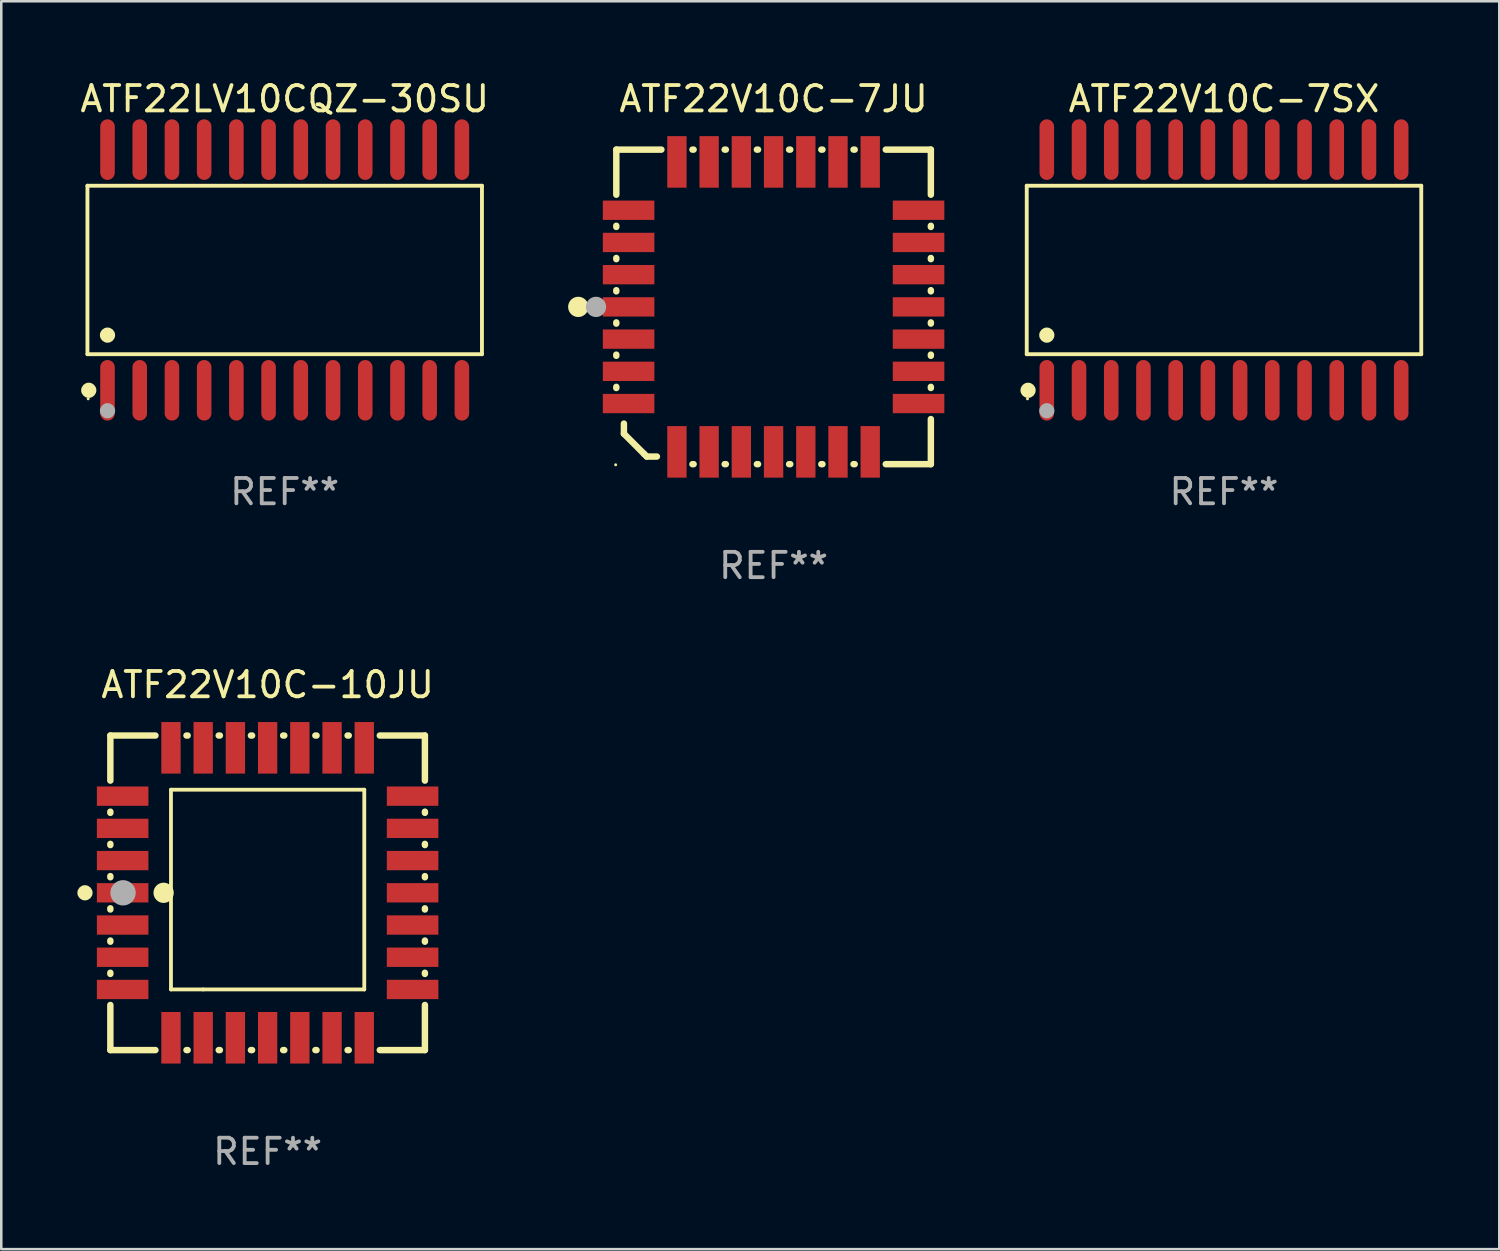
<source format=kicad_pcb>
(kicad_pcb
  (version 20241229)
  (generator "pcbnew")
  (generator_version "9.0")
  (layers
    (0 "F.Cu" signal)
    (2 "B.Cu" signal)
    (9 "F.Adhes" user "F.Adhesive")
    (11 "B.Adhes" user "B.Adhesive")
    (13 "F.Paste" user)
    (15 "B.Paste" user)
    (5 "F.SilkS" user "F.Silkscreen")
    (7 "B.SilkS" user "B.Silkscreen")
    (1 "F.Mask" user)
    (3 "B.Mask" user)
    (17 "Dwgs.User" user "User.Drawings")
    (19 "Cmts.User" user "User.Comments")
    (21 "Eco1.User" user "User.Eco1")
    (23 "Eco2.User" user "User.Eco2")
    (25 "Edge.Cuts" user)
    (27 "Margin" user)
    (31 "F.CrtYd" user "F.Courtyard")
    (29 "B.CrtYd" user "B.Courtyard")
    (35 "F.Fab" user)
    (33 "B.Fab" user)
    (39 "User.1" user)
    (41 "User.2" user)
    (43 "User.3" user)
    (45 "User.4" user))
  (footprint "ATF22LV10CQZ-30SU"
    (layer "F.Cu")
    (at 8.173 7.592)
    (property "Reference" "ATF22LV10CQZ-30SU" (at 0 -6.744 0) (layer "F.SilkS") (effects (font (size 1 1) (thickness 0.15))))
    (attr through_hole)
    (fp_line (start -7.776 -3.321) (end 7.776 -3.321) (stroke (width 0.152) (type solid)) (layer "F.SilkS"))
    (fp_line (start -7.776 3.321) (end -7.776 -3.321) (stroke (width 0.152) (type solid)) (layer "F.SilkS"))
    (fp_line (start 7.776 -3.321) (end 7.776 3.321) (stroke (width 0.152) (type solid)) (layer "F.SilkS"))
    (fp_line (start 7.776 3.321) (end -7.776 3.321) (stroke (width 0.152) (type solid)) (layer "F.SilkS"))
    (fp_circle (center -7.747 5.08) (end -7.717 5.08) (stroke (width 0.06) (type solid)) (fill no) (layer "F.SilkS"))
    (fp_circle (center -7.724 4.744) (end -7.574 4.744) (stroke (width 0.3) (type solid)) (fill no) (layer "F.SilkS"))
    (fp_circle (center -6.985 2.569) (end -6.835 2.569) (stroke (width 0.3) (type solid)) (fill no) (layer "F.SilkS"))
    (fp_circle (center -6.985 5.55) (end -6.835 5.55) (stroke (width 0.3) (type solid)) (fill no) (layer "F.Fab"))
    (fp_text user "REF**" (at 0 8.744 0) (layer "F.Fab") (effects (font (size 1 1) (thickness 0.15))))
    (pad "1" smd oval (at -6.985 4.744) (size 0.574 2.388) (layers "F.Cu" "F.Mask" "F.Paste"))
    (pad "2" smd oval (at -5.715 4.744) (size 0.574 2.388) (layers "F.Cu" "F.Mask" "F.Paste"))
    (pad "3" smd oval (at -4.445 4.744) (size 0.574 2.388) (layers "F.Cu" "F.Mask" "F.Paste"))
    (pad "4" smd oval (at -3.175 4.744) (size 0.574 2.388) (layers "F.Cu" "F.Mask" "F.Paste"))
    (pad "5" smd oval (at -1.905 4.744) (size 0.574 2.388) (layers "F.Cu" "F.Mask" "F.Paste"))
    (pad "6" smd oval (at -0.635 4.744) (size 0.574 2.388) (layers "F.Cu" "F.Mask" "F.Paste"))
    (pad "7" smd oval (at 0.635 4.744) (size 0.574 2.388) (layers "F.Cu" "F.Mask" "F.Paste"))
    (pad "8" smd oval (at 1.905 4.744) (size 0.574 2.388) (layers "F.Cu" "F.Mask" "F.Paste"))
    (pad "9" smd oval (at 3.175 4.744) (size 0.574 2.388) (layers "F.Cu" "F.Mask" "F.Paste"))
    (pad "10" smd oval (at 4.445 4.744) (size 0.574 2.388) (layers "F.Cu" "F.Mask" "F.Paste"))
    (pad "11" smd oval (at 5.715 4.744) (size 0.574 2.388) (layers "F.Cu" "F.Mask" "F.Paste"))
    (pad "12" smd oval (at 6.985 4.744) (size 0.574 2.388) (layers "F.Cu" "F.Mask" "F.Paste"))
    (pad "13" smd oval (at 6.985 -4.744) (size 0.574 2.388) (layers "F.Cu" "F.Mask" "F.Paste"))
    (pad "14" smd oval (at 5.715 -4.744) (size 0.574 2.388) (layers "F.Cu" "F.Mask" "F.Paste"))
    (pad "15" smd oval (at 4.445 -4.744) (size 0.574 2.388) (layers "F.Cu" "F.Mask" "F.Paste"))
    (pad "16" smd oval (at 3.175 -4.744) (size 0.574 2.388) (layers "F.Cu" "F.Mask" "F.Paste"))
    (pad "17" smd oval (at 1.905 -4.744) (size 0.574 2.388) (layers "F.Cu" "F.Mask" "F.Paste"))
    (pad "18" smd oval (at 0.635 -4.744) (size 0.574 2.388) (layers "F.Cu" "F.Mask" "F.Paste"))
    (pad "19" smd oval (at -0.635 -4.744) (size 0.574 2.388) (layers "F.Cu" "F.Mask" "F.Paste"))
    (pad "20" smd oval (at -1.905 -4.744) (size 0.574 2.388) (layers "F.Cu" "F.Mask" "F.Paste"))
    (pad "21" smd oval (at -3.175 -4.744) (size 0.574 2.388) (layers "F.Cu" "F.Mask" "F.Paste"))
    (pad "22" smd oval (at -4.445 -4.744) (size 0.574 2.388) (layers "F.Cu" "F.Mask" "F.Paste"))
    (pad "23" smd oval (at -5.715 -4.744) (size 0.574 2.388) (layers "F.Cu" "F.Mask" "F.Paste"))
    (pad "24" smd oval (at -6.985 -4.744) (size 0.574 2.388) (layers "F.Cu" "F.Mask" "F.Paste")))
  (footprint "ATF22V10C-10JU"
    (layer "F.Cu")
    (at 7.5 32.145)
    (property "Reference" "ATF22V10C-10JU" (at 0 -8.2 0) (layer "F.SilkS") (effects (font (size 1 1) (thickness 0.15))))
    (attr through_hole)
    (fp_line (start -6.2 -6.2) (end -4.422 -6.2) (stroke (width 0.254) (type solid)) (layer "F.SilkS"))
    (fp_line (start -6.2 -4.422) (end -6.2 -6.2) (stroke (width 0.254) (type solid)) (layer "F.SilkS"))
    (fp_line (start -6.2 -3.152) (end -6.2 -3.198) (stroke (width 0.254) (type solid)) (layer "F.SilkS"))
    (fp_line (start -6.2 -1.882) (end -6.2 -1.928) (stroke (width 0.254) (type solid)) (layer "F.SilkS"))
    (fp_line (start -6.2 -0.612) (end -6.2 -0.658) (stroke (width 0.254) (type solid)) (layer "F.SilkS"))
    (fp_line (start -6.2 0.658) (end -6.2 0.612) (stroke (width 0.254) (type solid)) (layer "F.SilkS"))
    (fp_line (start -6.2 1.928) (end -6.2 1.882) (stroke (width 0.254) (type solid)) (layer "F.SilkS"))
    (fp_line (start -6.2 3.198) (end -6.2 3.152) (stroke (width 0.254) (type solid)) (layer "F.SilkS"))
    (fp_line (start -6.2 6.2) (end -6.2 4.422) (stroke (width 0.254) (type solid)) (layer "F.SilkS"))
    (fp_line (start -4.422 6.2) (end -6.2 6.2) (stroke (width 0.254) (type solid)) (layer "F.SilkS"))
    (fp_line (start -3.81 -4.064) (end 3.81 -4.064) (stroke (width 0.15) (type solid)) (layer "F.SilkS"))
    (fp_line (start -3.81 3.81) (end -3.81 -4.064) (stroke (width 0.15) (type solid)) (layer "F.SilkS"))
    (fp_line (start -3.198 -6.2) (end -3.152 -6.2) (stroke (width 0.254) (type solid)) (layer "F.SilkS"))
    (fp_line (start -3.152 6.2) (end -3.198 6.2) (stroke (width 0.254) (type solid)) (layer "F.SilkS"))
    (fp_line (start -2.54 3.81) (end -3.81 3.81) (stroke (width 0.15) (type solid)) (layer "F.SilkS"))
    (fp_line (start -1.928 -6.2) (end -1.882 -6.2) (stroke (width 0.254) (type solid)) (layer "F.SilkS"))
    (fp_line (start -1.882 6.2) (end -1.928 6.2) (stroke (width 0.254) (type solid)) (layer "F.SilkS"))
    (fp_line (start -0.658 -6.2) (end -0.612 -6.2) (stroke (width 0.254) (type solid)) (layer "F.SilkS"))
    (fp_line (start -0.612 6.2) (end -0.658 6.2) (stroke (width 0.254) (type solid)) (layer "F.SilkS"))
    (fp_line (start 0.612 -6.2) (end 0.658 -6.2) (stroke (width 0.254) (type solid)) (layer "F.SilkS"))
    (fp_line (start 0.658 6.2) (end 0.612 6.2) (stroke (width 0.254) (type solid)) (layer "F.SilkS"))
    (fp_line (start 1.882 -6.2) (end 1.928 -6.2) (stroke (width 0.254) (type solid)) (layer "F.SilkS"))
    (fp_line (start 1.928 6.2) (end 1.882 6.2) (stroke (width 0.254) (type solid)) (layer "F.SilkS"))
    (fp_line (start 3.152 -6.2) (end 3.198 -6.2) (stroke (width 0.254) (type solid)) (layer "F.SilkS"))
    (fp_line (start 3.198 6.2) (end 3.152 6.2) (stroke (width 0.254) (type solid)) (layer "F.SilkS"))
    (fp_line (start 3.81 -4.064) (end 3.81 3.81) (stroke (width 0.15) (type solid)) (layer "F.SilkS"))
    (fp_line (start 3.81 3.81) (end -2.54 3.81) (stroke (width 0.15) (type solid)) (layer "F.SilkS"))
    (fp_line (start 4.422 -6.2) (end 6.2 -6.2) (stroke (width 0.254) (type solid)) (layer "F.SilkS"))
    (fp_line (start 6.2 -6.2) (end 6.2 -4.422) (stroke (width 0.254) (type solid)) (layer "F.SilkS"))
    (fp_line (start 6.2 -3.198) (end 6.2 -3.152) (stroke (width 0.254) (type solid)) (layer "F.SilkS"))
    (fp_line (start 6.2 -1.928) (end 6.2 -1.882) (stroke (width 0.254) (type solid)) (layer "F.SilkS"))
    (fp_line (start 6.2 -0.658) (end 6.2 -0.612) (stroke (width 0.254) (type solid)) (layer "F.SilkS"))
    (fp_line (start 6.2 0.612) (end 6.2 0.658) (stroke (width 0.254) (type solid)) (layer "F.SilkS"))
    (fp_line (start 6.2 1.882) (end 6.2 1.928) (stroke (width 0.254) (type solid)) (layer "F.SilkS"))
    (fp_line (start 6.2 3.152) (end 6.2 3.198) (stroke (width 0.254) (type solid)) (layer "F.SilkS"))
    (fp_line (start 6.2 4.422) (end 6.2 6.2) (stroke (width 0.254) (type solid)) (layer "F.SilkS"))
    (fp_line (start 6.2 6.2) (end 4.422 6.2) (stroke (width 0.254) (type solid)) (layer "F.SilkS"))
    (fp_circle (center -7.2 0) (end -7.05 0) (stroke (width 0.3) (type solid)) (fill no) (layer "F.SilkS"))
    (fp_circle (center -6.223 6.223) (end -6.193 6.223) (stroke (width 0.06) (type solid)) (fill no) (layer "F.SilkS"))
    (fp_circle (center -4.1 0) (end -3.9 0) (stroke (width 0.4) (type solid)) (fill no) (layer "F.SilkS"))
    (fp_circle (center -5.7 0) (end -5.45 0) (stroke (width 0.5) (type solid)) (fill no) (layer "F.Fab"))
    (fp_text user "REF**" (at 0 10.2 0) (layer "F.Fab") (effects (font (size 1 1) (thickness 0.15))))
    (pad "1" smd rect (at -5.715 0) (size 2.032 0.762) (layers "F.Cu" "F.Mask" "F.Paste"))
    (pad "2" smd rect (at -5.715 1.27) (size 2.032 0.762) (layers "F.Cu" "F.Mask" "F.Paste"))
    (pad "3" smd rect (at -5.715 2.54) (size 2.032 0.762) (layers "F.Cu" "F.Mask" "F.Paste"))
    (pad "4" smd rect (at -5.715 3.81) (size 2.032 0.762) (layers "F.Cu" "F.Mask" "F.Paste"))
    (pad "5" smd rect (at -3.81 5.715) (size 0.762 2.032) (layers "F.Cu" "F.Mask" "F.Paste"))
    (pad "6" smd rect (at -2.54 5.715) (size 0.762 2.032) (layers "F.Cu" "F.Mask" "F.Paste"))
    (pad "7" smd rect (at -1.27 5.715) (size 0.762 2.032) (layers "F.Cu" "F.Mask" "F.Paste"))
    (pad "8" smd rect (at 0 5.715) (size 0.762 2.032) (layers "F.Cu" "F.Mask" "F.Paste"))
    (pad "9" smd rect (at 1.27 5.715) (size 0.762 2.032) (layers "F.Cu" "F.Mask" "F.Paste"))
    (pad "10" smd rect (at 2.54 5.715) (size 0.762 2.032) (layers "F.Cu" "F.Mask" "F.Paste"))
    (pad "11" smd rect (at 3.81 5.715) (size 0.762 2.032) (layers "F.Cu" "F.Mask" "F.Paste"))
    (pad "12" smd rect (at 5.715 3.81) (size 2.032 0.762) (layers "F.Cu" "F.Mask" "F.Paste"))
    (pad "13" smd rect (at 5.715 2.54) (size 2.032 0.762) (layers "F.Cu" "F.Mask" "F.Paste"))
    (pad "14" smd rect (at 5.715 1.27) (size 2.032 0.762) (layers "F.Cu" "F.Mask" "F.Paste"))
    (pad "15" smd rect (at 5.715 0) (size 2.032 0.762) (layers "F.Cu" "F.Mask" "F.Paste"))
    (pad "16" smd rect (at 5.715 -1.27) (size 2.032 0.762) (layers "F.Cu" "F.Mask" "F.Paste"))
    (pad "17" smd rect (at 5.715 -2.54) (size 2.032 0.762) (layers "F.Cu" "F.Mask" "F.Paste"))
    (pad "18" smd rect (at 5.715 -3.81) (size 2.032 0.762) (layers "F.Cu" "F.Mask" "F.Paste"))
    (pad "19" smd rect (at 3.81 -5.715) (size 0.762 2.032) (layers "F.Cu" "F.Mask" "F.Paste"))
    (pad "20" smd rect (at 2.54 -5.715) (size 0.762 2.032) (layers "F.Cu" "F.Mask" "F.Paste"))
    (pad "21" smd rect (at 1.27 -5.715) (size 0.762 2.032) (layers "F.Cu" "F.Mask" "F.Paste"))
    (pad "22" smd rect (at 0 -5.715) (size 0.762 2.032) (layers "F.Cu" "F.Mask" "F.Paste"))
    (pad "23" smd rect (at -1.27 -5.715) (size 0.762 2.032) (layers "F.Cu" "F.Mask" "F.Paste"))
    (pad "24" smd rect (at -2.54 -5.715) (size 0.762 2.032) (layers "F.Cu" "F.Mask" "F.Paste"))
    (pad "25" smd rect (at -3.81 -5.715) (size 0.762 2.032) (layers "F.Cu" "F.Mask" "F.Paste"))
    (pad "26" smd rect (at -5.715 -3.81) (size 2.032 0.762) (layers "F.Cu" "F.Mask" "F.Paste"))
    (pad "27" smd rect (at -5.715 -2.54) (size 2.032 0.762) (layers "F.Cu" "F.Mask" "F.Paste"))
    (pad "28" smd rect (at -5.715 -1.27) (size 2.032 0.762) (layers "F.Cu" "F.Mask" "F.Paste")))
  (footprint "ATF22V10C-7SX"
    (layer "F.Cu")
    (at 45.201 7.592)
    (property "Reference" "ATF22V10C-7SX" (at 0 -6.744 0) (layer "F.SilkS") (effects (font (size 1 1) (thickness 0.15))))
    (attr through_hole)
    (fp_line (start -7.776 -3.321) (end 7.776 -3.321) (stroke (width 0.152) (type solid)) (layer "F.SilkS"))
    (fp_line (start -7.776 3.321) (end -7.776 -3.321) (stroke (width 0.152) (type solid)) (layer "F.SilkS"))
    (fp_line (start 7.776 -3.321) (end 7.776 3.321) (stroke (width 0.152) (type solid)) (layer "F.SilkS"))
    (fp_line (start 7.776 3.321) (end -7.776 3.321) (stroke (width 0.152) (type solid)) (layer "F.SilkS"))
    (fp_circle (center -7.747 5.08) (end -7.717 5.08) (stroke (width 0.06) (type solid)) (fill no) (layer "F.SilkS"))
    (fp_circle (center -7.724 4.744) (end -7.574 4.744) (stroke (width 0.3) (type solid)) (fill no) (layer "F.SilkS"))
    (fp_circle (center -6.985 2.569) (end -6.835 2.569) (stroke (width 0.3) (type solid)) (fill no) (layer "F.SilkS"))
    (fp_circle (center -6.985 5.55) (end -6.835 5.55) (stroke (width 0.3) (type solid)) (fill no) (layer "F.Fab"))
    (fp_text user "REF**" (at 0 8.744 0) (layer "F.Fab") (effects (font (size 1 1) (thickness 0.15))))
    (pad "1" smd oval (at -6.985 4.744) (size 0.574 2.388) (layers "F.Cu" "F.Mask" "F.Paste"))
    (pad "2" smd oval (at -5.715 4.744) (size 0.574 2.388) (layers "F.Cu" "F.Mask" "F.Paste"))
    (pad "3" smd oval (at -4.445 4.744) (size 0.574 2.388) (layers "F.Cu" "F.Mask" "F.Paste"))
    (pad "4" smd oval (at -3.175 4.744) (size 0.574 2.388) (layers "F.Cu" "F.Mask" "F.Paste"))
    (pad "5" smd oval (at -1.905 4.744) (size 0.574 2.388) (layers "F.Cu" "F.Mask" "F.Paste"))
    (pad "6" smd oval (at -0.635 4.744) (size 0.574 2.388) (layers "F.Cu" "F.Mask" "F.Paste"))
    (pad "7" smd oval (at 0.635 4.744) (size 0.574 2.388) (layers "F.Cu" "F.Mask" "F.Paste"))
    (pad "8" smd oval (at 1.905 4.744) (size 0.574 2.388) (layers "F.Cu" "F.Mask" "F.Paste"))
    (pad "9" smd oval (at 3.175 4.744) (size 0.574 2.388) (layers "F.Cu" "F.Mask" "F.Paste"))
    (pad "10" smd oval (at 4.445 4.744) (size 0.574 2.388) (layers "F.Cu" "F.Mask" "F.Paste"))
    (pad "11" smd oval (at 5.715 4.744) (size 0.574 2.388) (layers "F.Cu" "F.Mask" "F.Paste"))
    (pad "12" smd oval (at 6.985 4.744) (size 0.574 2.388) (layers "F.Cu" "F.Mask" "F.Paste"))
    (pad "13" smd oval (at 6.985 -4.744) (size 0.574 2.388) (layers "F.Cu" "F.Mask" "F.Paste"))
    (pad "14" smd oval (at 5.715 -4.744) (size 0.574 2.388) (layers "F.Cu" "F.Mask" "F.Paste"))
    (pad "15" smd oval (at 4.445 -4.744) (size 0.574 2.388) (layers "F.Cu" "F.Mask" "F.Paste"))
    (pad "16" smd oval (at 3.175 -4.744) (size 0.574 2.388) (layers "F.Cu" "F.Mask" "F.Paste"))
    (pad "17" smd oval (at 1.905 -4.744) (size 0.574 2.388) (layers "F.Cu" "F.Mask" "F.Paste"))
    (pad "18" smd oval (at 0.635 -4.744) (size 0.574 2.388) (layers "F.Cu" "F.Mask" "F.Paste"))
    (pad "19" smd oval (at -0.635 -4.744) (size 0.574 2.388) (layers "F.Cu" "F.Mask" "F.Paste"))
    (pad "20" smd oval (at -1.905 -4.744) (size 0.574 2.388) (layers "F.Cu" "F.Mask" "F.Paste"))
    (pad "21" smd oval (at -3.175 -4.744) (size 0.574 2.388) (layers "F.Cu" "F.Mask" "F.Paste"))
    (pad "22" smd oval (at -4.445 -4.744) (size 0.574 2.388) (layers "F.Cu" "F.Mask" "F.Paste"))
    (pad "23" smd oval (at -5.715 -4.744) (size 0.574 2.388) (layers "F.Cu" "F.Mask" "F.Paste"))
    (pad "24" smd oval (at -6.985 -4.744) (size 0.574 2.388) (layers "F.Cu" "F.Mask" "F.Paste")))
  (footprint "ATF22V10C-7JU"
    (layer "F.Cu")
    (at 27.445 9.048)
    (property "Reference" "ATF22V10C-7JU" (at 0 -8.2 0) (layer "F.SilkS") (effects (font (size 1 1) (thickness 0.15))))
    (attr through_hole)
    (fp_line (start -6.2 -6.2) (end -4.422 -6.2) (stroke (width 0.254) (type solid)) (layer "F.SilkS"))
    (fp_line (start -6.2 -4.422) (end -6.2 -6.2) (stroke (width 0.254) (type solid)) (layer "F.SilkS"))
    (fp_line (start -6.2 -3.152) (end -6.2 -3.198) (stroke (width 0.254) (type solid)) (layer "F.SilkS"))
    (fp_line (start -6.2 -1.882) (end -6.2 -1.928) (stroke (width 0.254) (type solid)) (layer "F.SilkS"))
    (fp_line (start -6.2 -0.612) (end -6.2 -0.658) (stroke (width 0.254) (type solid)) (layer "F.SilkS"))
    (fp_line (start -6.2 0.658) (end -6.2 0.612) (stroke (width 0.254) (type solid)) (layer "F.SilkS"))
    (fp_line (start -6.2 1.928) (end -6.2 1.882) (stroke (width 0.254) (type solid)) (layer "F.SilkS"))
    (fp_line (start -6.2 3.198) (end -6.2 3.152) (stroke (width 0.254) (type solid)) (layer "F.SilkS"))
    (fp_line (start -5.9 4.6) (end -5.9 5) (stroke (width 0.254) (type solid)) (layer "F.SilkS"))
    (fp_line (start -5.9 5) (end -5.1 5.8) (stroke (width 0.254) (type solid)) (layer "F.SilkS"))
    (fp_line (start -5.1 5.8) (end -5 5.9) (stroke (width 0.254) (type solid)) (layer "F.SilkS"))
    (fp_line (start -5 5.9) (end -4.6 5.9) (stroke (width 0.254) (type solid)) (layer "F.SilkS"))
    (fp_line (start -3.198 -6.2) (end -3.152 -6.2) (stroke (width 0.254) (type solid)) (layer "F.SilkS"))
    (fp_line (start -3.152 6.2) (end -3.198 6.2) (stroke (width 0.254) (type solid)) (layer "F.SilkS"))
    (fp_line (start -1.928 -6.2) (end -1.882 -6.2) (stroke (width 0.254) (type solid)) (layer "F.SilkS"))
    (fp_line (start -1.882 6.2) (end -1.928 6.2) (stroke (width 0.254) (type solid)) (layer "F.SilkS"))
    (fp_line (start -0.658 -6.2) (end -0.612 -6.2) (stroke (width 0.254) (type solid)) (layer "F.SilkS"))
    (fp_line (start -0.612 6.2) (end -0.658 6.2) (stroke (width 0.254) (type solid)) (layer "F.SilkS"))
    (fp_line (start 0.612 -6.2) (end 0.658 -6.2) (stroke (width 0.254) (type solid)) (layer "F.SilkS"))
    (fp_line (start 0.658 6.2) (end 0.612 6.2) (stroke (width 0.254) (type solid)) (layer "F.SilkS"))
    (fp_line (start 1.882 -6.2) (end 1.928 -6.2) (stroke (width 0.254) (type solid)) (layer "F.SilkS"))
    (fp_line (start 1.928 6.2) (end 1.882 6.2) (stroke (width 0.254) (type solid)) (layer "F.SilkS"))
    (fp_line (start 3.152 -6.2) (end 3.198 -6.2) (stroke (width 0.254) (type solid)) (layer "F.SilkS"))
    (fp_line (start 3.198 6.2) (end 3.152 6.2) (stroke (width 0.254) (type solid)) (layer "F.SilkS"))
    (fp_line (start 4.422 -6.2) (end 6.2 -6.2) (stroke (width 0.254) (type solid)) (layer "F.SilkS"))
    (fp_line (start 6.2 -6.2) (end 6.2 -4.422) (stroke (width 0.254) (type solid)) (layer "F.SilkS"))
    (fp_line (start 6.2 -3.198) (end 6.2 -3.152) (stroke (width 0.254) (type solid)) (layer "F.SilkS"))
    (fp_line (start 6.2 -1.928) (end 6.2 -1.882) (stroke (width 0.254) (type solid)) (layer "F.SilkS"))
    (fp_line (start 6.2 -0.658) (end 6.2 -0.612) (stroke (width 0.254) (type solid)) (layer "F.SilkS"))
    (fp_line (start 6.2 0.612) (end 6.2 0.658) (stroke (width 0.254) (type solid)) (layer "F.SilkS"))
    (fp_line (start 6.2 1.882) (end 6.2 1.928) (stroke (width 0.254) (type solid)) (layer "F.SilkS"))
    (fp_line (start 6.2 3.152) (end 6.2 3.198) (stroke (width 0.254) (type solid)) (layer "F.SilkS"))
    (fp_line (start 6.2 4.422) (end 6.2 6.2) (stroke (width 0.254) (type solid)) (layer "F.SilkS"))
    (fp_line (start 6.2 6.2) (end 4.422 6.2) (stroke (width 0.254) (type solid)) (layer "F.SilkS"))
    (fp_circle (center -7.7 0) (end -7.5 0) (stroke (width 0.4) (type solid)) (fill no) (layer "F.SilkS"))
    (fp_circle (center -6.225 6.225) (end -6.195 6.225) (stroke (width 0.06) (type solid)) (fill no) (layer "F.SilkS"))
    (fp_circle (center -7 0) (end -6.8 0) (stroke (width 0.4) (type solid)) (fill no) (layer "F.Fab"))
    (fp_text user "REF**" (at 0 10.2 0) (layer "F.Fab") (effects (font (size 1 1) (thickness 0.15))))
    (pad "1" smd rect (at -5.715 0) (size 2.032 0.762) (layers "F.Cu" "F.Mask" "F.Paste"))
    (pad "2" smd rect (at -5.715 1.27) (size 2.032 0.762) (layers "F.Cu" "F.Mask" "F.Paste"))
    (pad "3" smd rect (at -5.715 2.54) (size 2.032 0.762) (layers "F.Cu" "F.Mask" "F.Paste"))
    (pad "4" smd rect (at -5.715 3.81) (size 2.032 0.762) (layers "F.Cu" "F.Mask" "F.Paste"))
    (pad "5" smd rect (at -3.81 5.715) (size 0.762 2.032) (layers "F.Cu" "F.Mask" "F.Paste"))
    (pad "6" smd rect (at -2.54 5.715) (size 0.762 2.032) (layers "F.Cu" "F.Mask" "F.Paste"))
    (pad "7" smd rect (at -1.27 5.715) (size 0.762 2.032) (layers "F.Cu" "F.Mask" "F.Paste"))
    (pad "8" smd rect (at 0 5.715) (size 0.762 2.032) (layers "F.Cu" "F.Mask" "F.Paste"))
    (pad "9" smd rect (at 1.27 5.715) (size 0.762 2.032) (layers "F.Cu" "F.Mask" "F.Paste"))
    (pad "10" smd rect (at 2.54 5.715) (size 0.762 2.032) (layers "F.Cu" "F.Mask" "F.Paste"))
    (pad "11" smd rect (at 3.81 5.715) (size 0.762 2.032) (layers "F.Cu" "F.Mask" "F.Paste"))
    (pad "12" smd rect (at 5.715 3.81) (size 2.032 0.762) (layers "F.Cu" "F.Mask" "F.Paste"))
    (pad "13" smd rect (at 5.715 2.54) (size 2.032 0.762) (layers "F.Cu" "F.Mask" "F.Paste"))
    (pad "14" smd rect (at 5.715 1.27) (size 2.032 0.762) (layers "F.Cu" "F.Mask" "F.Paste"))
    (pad "15" smd rect (at 5.715 0) (size 2.032 0.762) (layers "F.Cu" "F.Mask" "F.Paste"))
    (pad "16" smd rect (at 5.715 -1.27) (size 2.032 0.762) (layers "F.Cu" "F.Mask" "F.Paste"))
    (pad "17" smd rect (at 5.715 -2.54) (size 2.032 0.762) (layers "F.Cu" "F.Mask" "F.Paste"))
    (pad "18" smd rect (at 5.715 -3.81) (size 2.032 0.762) (layers "F.Cu" "F.Mask" "F.Paste"))
    (pad "19" smd rect (at 3.81 -5.715) (size 0.762 2.032) (layers "F.Cu" "F.Mask" "F.Paste"))
    (pad "20" smd rect (at 2.54 -5.715) (size 0.762 2.032) (layers "F.Cu" "F.Mask" "F.Paste"))
    (pad "21" smd rect (at 1.27 -5.715) (size 0.762 2.032) (layers "F.Cu" "F.Mask" "F.Paste"))
    (pad "22" smd rect (at 0 -5.715) (size 0.762 2.032) (layers "F.Cu" "F.Mask" "F.Paste"))
    (pad "23" smd rect (at -1.27 -5.715) (size 0.762 2.032) (layers "F.Cu" "F.Mask" "F.Paste"))
    (pad "24" smd rect (at -2.54 -5.715) (size 0.762 2.032) (layers "F.Cu" "F.Mask" "F.Paste"))
    (pad "25" smd rect (at -3.81 -5.715) (size 0.762 2.032) (layers "F.Cu" "F.Mask" "F.Paste"))
    (pad "26" smd rect (at -5.715 -3.81) (size 2.032 0.762) (layers "F.Cu" "F.Mask" "F.Paste"))
    (pad "27" smd rect (at -5.715 -2.54) (size 2.032 0.762) (layers "F.Cu" "F.Mask" "F.Paste"))
    (pad "28" smd rect (at -5.715 -1.27) (size 2.032 0.762) (layers "F.Cu" "F.Mask" "F.Paste")))
  (gr_rect
    (start -3 -3)
    (end 56.053 46.193)
    (stroke (width 0.1) (type default))
    (fill no)
    (layer "Edge.Cuts")))
</source>
